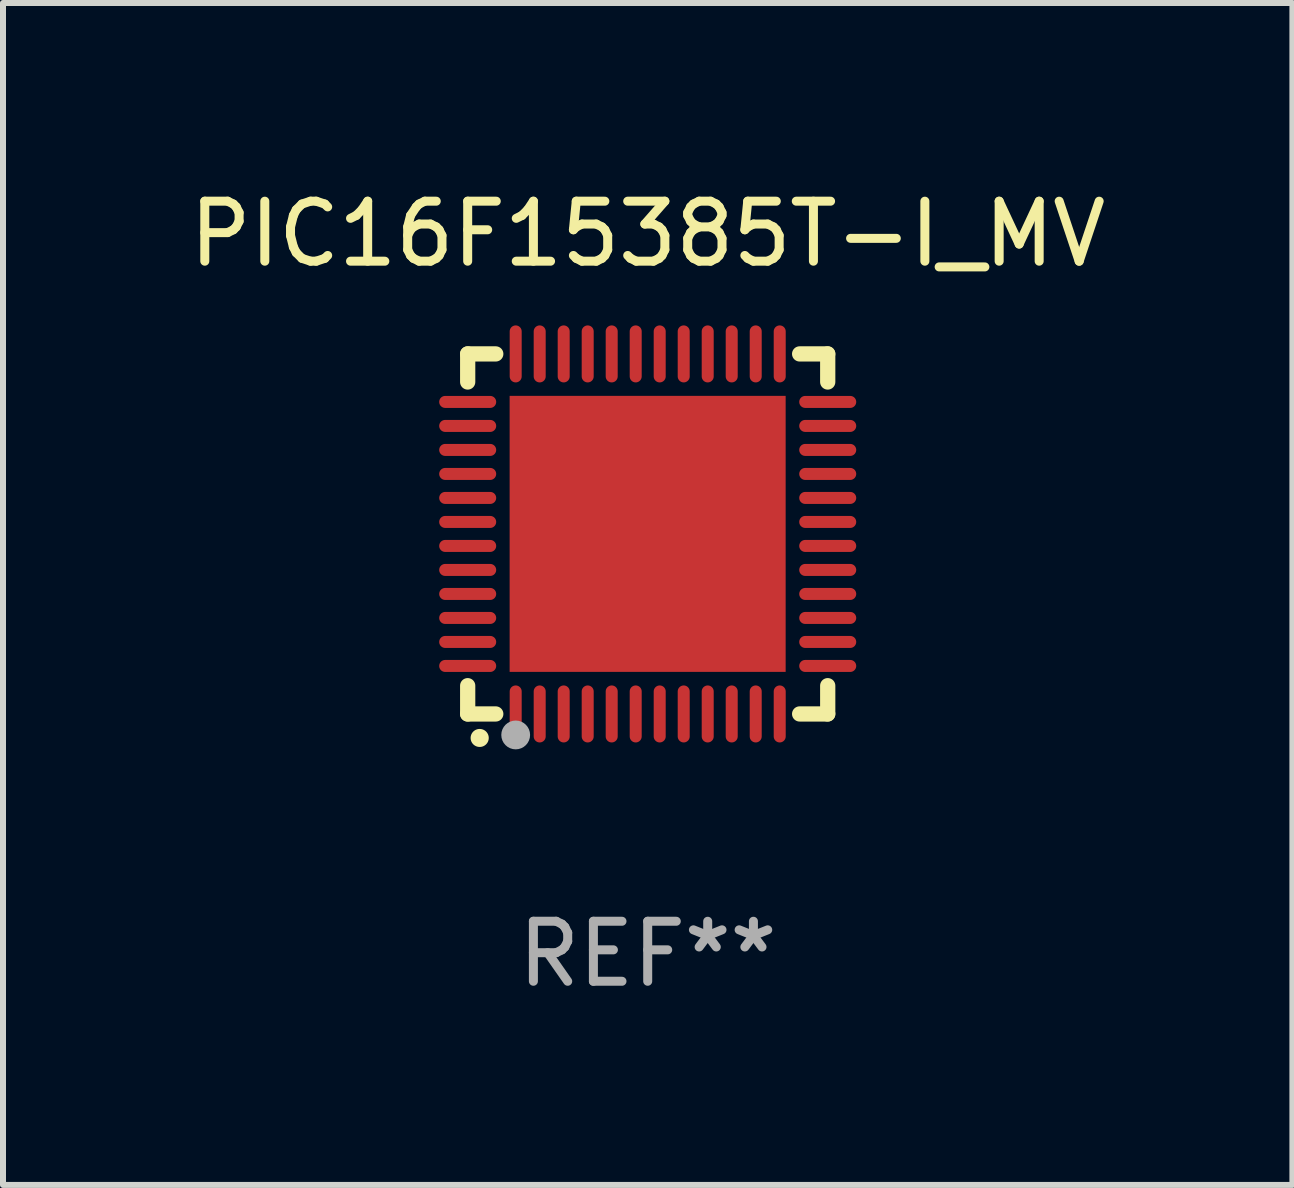
<source format=kicad_pcb>
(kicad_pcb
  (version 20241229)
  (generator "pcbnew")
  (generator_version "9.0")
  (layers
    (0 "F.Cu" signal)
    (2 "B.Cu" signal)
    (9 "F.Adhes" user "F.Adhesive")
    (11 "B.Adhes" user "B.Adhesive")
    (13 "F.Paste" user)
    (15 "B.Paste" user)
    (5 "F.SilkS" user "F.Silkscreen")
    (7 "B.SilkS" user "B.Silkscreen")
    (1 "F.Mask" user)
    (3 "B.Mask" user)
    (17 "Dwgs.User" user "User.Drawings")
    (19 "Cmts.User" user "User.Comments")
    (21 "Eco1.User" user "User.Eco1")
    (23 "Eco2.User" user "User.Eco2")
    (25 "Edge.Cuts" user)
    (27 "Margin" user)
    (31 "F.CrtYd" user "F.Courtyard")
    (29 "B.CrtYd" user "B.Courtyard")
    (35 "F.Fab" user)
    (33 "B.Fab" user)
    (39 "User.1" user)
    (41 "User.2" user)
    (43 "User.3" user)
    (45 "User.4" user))
  (footprint "PIC16F15385T-I_MV"
    (layer "F.Cu")
    (at 7.744 5.848)
    (property "Reference" "PIC16F15385T-I_MV" (at 0 -5 0) (layer "F.SilkS") (effects (font (size 1 1) (thickness 0.15))))
    (attr through_hole)
    (fp_line (start -3 -3) (end -2.532 -3) (stroke (width 0.254) (type solid)) (layer "F.SilkS"))
    (fp_line (start -3 -2.532) (end -3 -3) (stroke (width 0.254) (type solid)) (layer "F.SilkS"))
    (fp_line (start -3 3) (end -3 2.529) (stroke (width 0.254) (type solid)) (layer "F.SilkS"))
    (fp_line (start -2.532 3) (end -3 3) (stroke (width 0.254) (type solid)) (layer "F.SilkS"))
    (fp_line (start 2.532 -3) (end 3 -3) (stroke (width 0.254) (type solid)) (layer "F.SilkS"))
    (fp_line (start 3 -3) (end 3 -2.532) (stroke (width 0.254) (type solid)) (layer "F.SilkS"))
    (fp_line (start 3 2.529) (end 3 3) (stroke (width 0.254) (type solid)) (layer "F.SilkS"))
    (fp_line (start 3 3) (end 2.532 3) (stroke (width 0.254) (type solid)) (layer "F.SilkS"))
    (fp_arc (start -2.801295 3.400025) (mid -2.800025 3.40002) (end -2.798755 3.400025) (stroke (width 0.3) (type solid)) (layer "F.SilkS"))
    (fp_circle (center -3 3) (end -2.97 3) (stroke (width 0.06) (type solid)) (fill no) (layer "F.SilkS"))
    (fp_circle (center -2.2 3.35) (end -2.08 3.35) (stroke (width 0.24) (type solid)) (fill no) (layer "F.Fab"))
    (fp_text user "REF**" (at 0 7 0) (layer "F.Fab") (effects (font (size 1 1) (thickness 0.15))))
    (pad "1" smd oval (at -2.2 3) (size 0.2 0.95) (layers "F.Cu" "F.Mask" "F.Paste"))
    (pad "2" smd oval (at -1.8 3) (size 0.2 0.95) (layers "F.Cu" "F.Mask" "F.Paste"))
    (pad "3" smd oval (at -1.4 3) (size 0.2 0.95) (layers "F.Cu" "F.Mask" "F.Paste"))
    (pad "4" smd oval (at -1 3) (size 0.2 0.95) (layers "F.Cu" "F.Mask" "F.Paste"))
    (pad "5" smd oval (at -0.6 3) (size 0.2 0.95) (layers "F.Cu" "F.Mask" "F.Paste"))
    (pad "6" smd oval (at -0.2 3) (size 0.2 0.95) (layers "F.Cu" "F.Mask" "F.Paste"))
    (pad "7" smd oval (at 0.2 3) (size 0.2 0.95) (layers "F.Cu" "F.Mask" "F.Paste"))
    (pad "8" smd oval (at 0.6 3) (size 0.2 0.95) (layers "F.Cu" "F.Mask" "F.Paste"))
    (pad "9" smd oval (at 1 3) (size 0.2 0.95) (layers "F.Cu" "F.Mask" "F.Paste"))
    (pad "10" smd oval (at 1.4 3) (size 0.2 0.95) (layers "F.Cu" "F.Mask" "F.Paste"))
    (pad "11" smd oval (at 1.8 3) (size 0.2 0.95) (layers "F.Cu" "F.Mask" "F.Paste"))
    (pad "12" smd oval (at 2.2 3) (size 0.2 0.95) (layers "F.Cu" "F.Mask" "F.Paste"))
    (pad "13" smd oval (at 3 2.2 90) (size 0.2 0.95) (layers "F.Cu" "F.Mask" "F.Paste"))
    (pad "14" smd oval (at 3 1.8 90) (size 0.2 0.95) (layers "F.Cu" "F.Mask" "F.Paste"))
    (pad "15" smd oval (at 3 1.4 90) (size 0.2 0.95) (layers "F.Cu" "F.Mask" "F.Paste"))
    (pad "16" smd oval (at 3 1 90) (size 0.2 0.95) (layers "F.Cu" "F.Mask" "F.Paste"))
    (pad "17" smd oval (at 3 0.6 90) (size 0.2 0.95) (layers "F.Cu" "F.Mask" "F.Paste"))
    (pad "18" smd oval (at 3 0.2 90) (size 0.2 0.95) (layers "F.Cu" "F.Mask" "F.Paste"))
    (pad "19" smd oval (at 3 -0.2 90) (size 0.2 0.95) (layers "F.Cu" "F.Mask" "F.Paste"))
    (pad "20" smd oval (at 3 -0.6 90) (size 0.2 0.95) (layers "F.Cu" "F.Mask" "F.Paste"))
    (pad "21" smd oval (at 3 -1 90) (size 0.2 0.95) (layers "F.Cu" "F.Mask" "F.Paste"))
    (pad "22" smd oval (at 3 -1.4 90) (size 0.2 0.95) (layers "F.Cu" "F.Mask" "F.Paste"))
    (pad "23" smd oval (at 3 -1.8 90) (size 0.2 0.95) (layers "F.Cu" "F.Mask" "F.Paste"))
    (pad "24" smd oval (at 3 -2.2 90) (size 0.2 0.95) (layers "F.Cu" "F.Mask" "F.Paste"))
    (pad "25" smd oval (at 2.2 -3 180) (size 0.2 0.95) (layers "F.Cu" "F.Mask" "F.Paste"))
    (pad "26" smd oval (at 1.8 -3 180) (size 0.2 0.95) (layers "F.Cu" "F.Mask" "F.Paste"))
    (pad "27" smd oval (at 1.4 -3 180) (size 0.2 0.95) (layers "F.Cu" "F.Mask" "F.Paste"))
    (pad "28" smd oval (at 1 -3 180) (size 0.2 0.95) (layers "F.Cu" "F.Mask" "F.Paste"))
    (pad "29" smd oval (at 0.6 -3 180) (size 0.2 0.95) (layers "F.Cu" "F.Mask" "F.Paste"))
    (pad "30" smd oval (at 0.2 -3 180) (size 0.2 0.95) (layers "F.Cu" "F.Mask" "F.Paste"))
    (pad "31" smd oval (at -0.2 -3 180) (size 0.2 0.95) (layers "F.Cu" "F.Mask" "F.Paste"))
    (pad "32" smd oval (at -0.6 -3 180) (size 0.2 0.95) (layers "F.Cu" "F.Mask" "F.Paste"))
    (pad "33" smd oval (at -1 -3 180) (size 0.2 0.95) (layers "F.Cu" "F.Mask" "F.Paste"))
    (pad "34" smd oval (at -1.4 -3 180) (size 0.2 0.95) (layers "F.Cu" "F.Mask" "F.Paste"))
    (pad "35" smd oval (at -1.8 -3 180) (size 0.2 0.95) (layers "F.Cu" "F.Mask" "F.Paste"))
    (pad "36" smd oval (at -2.2 -3 180) (size 0.2 0.95) (layers "F.Cu" "F.Mask" "F.Paste"))
    (pad "37" smd oval (at -3 -2.2 270) (size 0.2 0.95) (layers "F.Cu" "F.Mask" "F.Paste"))
    (pad "38" smd oval (at -3 -1.8 270) (size 0.2 0.95) (layers "F.Cu" "F.Mask" "F.Paste"))
    (pad "39" smd oval (at -3 -1.4 270) (size 0.2 0.95) (layers "F.Cu" "F.Mask" "F.Paste"))
    (pad "40" smd oval (at -3 -1 270) (size 0.2 0.95) (layers "F.Cu" "F.Mask" "F.Paste"))
    (pad "41" smd oval (at -3 -0.6 270) (size 0.2 0.95) (layers "F.Cu" "F.Mask" "F.Paste"))
    (pad "42" smd oval (at -3 -0.2 270) (size 0.2 0.95) (layers "F.Cu" "F.Mask" "F.Paste"))
    (pad "43" smd oval (at -3 0.2 270) (size 0.2 0.95) (layers "F.Cu" "F.Mask" "F.Paste"))
    (pad "44" smd oval (at -3 0.6 270) (size 0.2 0.95) (layers "F.Cu" "F.Mask" "F.Paste"))
    (pad "45" smd oval (at -3 1 270) (size 0.2 0.95) (layers "F.Cu" "F.Mask" "F.Paste"))
    (pad "46" smd oval (at -3 1.4 270) (size 0.2 0.95) (layers "F.Cu" "F.Mask" "F.Paste"))
    (pad "47" smd oval (at -3 1.8 270) (size 0.2 0.95) (layers "F.Cu" "F.Mask" "F.Paste"))
    (pad "48" smd oval (at -3 2.2 270) (size 0.2 0.95) (layers "F.Cu" "F.Mask" "F.Paste"))
    (pad "49" smd rect (at -0.001 -0.001 180) (size 4.6 4.6) (layers "F.Cu" "F.Mask" "F.Paste")))
  (gr_rect
    (start -3 -3)
    (end 18.488 16.697)
    (stroke (width 0.1) (type default))
    (fill no)
    (layer "Edge.Cuts")))
</source>
